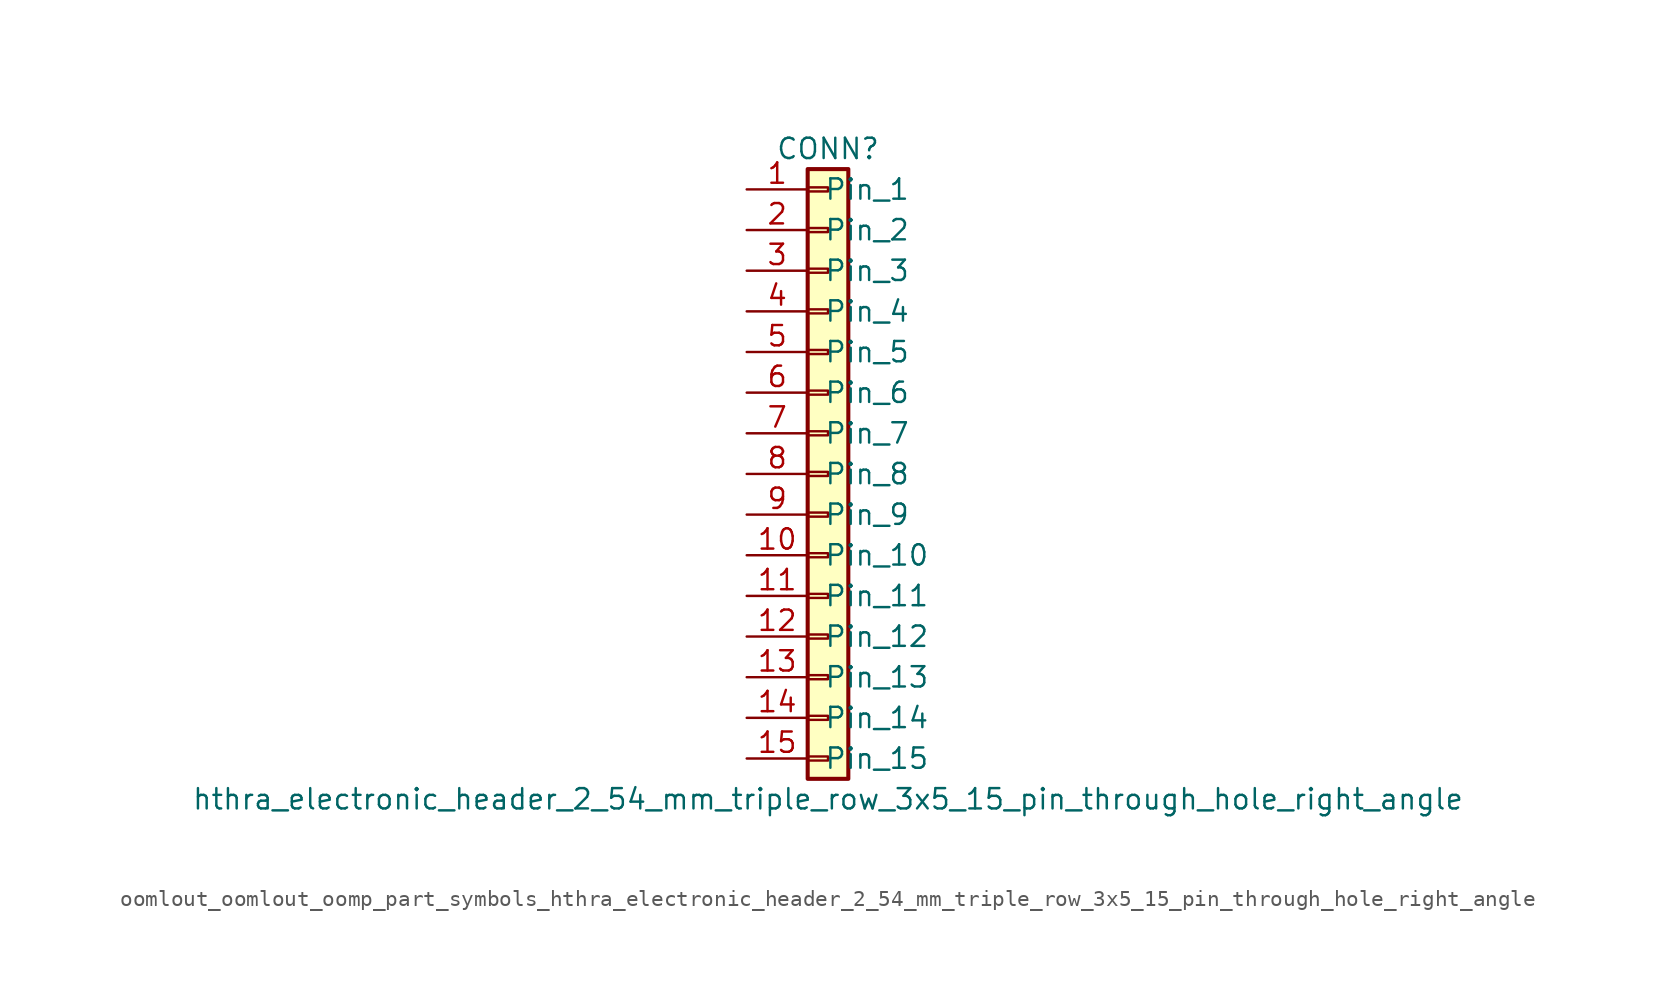
<source format=kicad_sym>
(kicad_symbol_lib
  (version 20220914)
  (generator kicad_symbol_editor)
  (symbol "oomlout_oomlout_oomp_part_symbols_hthra_electronic_header_2_54_mm_triple_row_3x5_15_pin_through_hole_right_angle"
    (pin_names
      (offset 1.016))
    (property "Reference" "CONN"
      (at 0 20.32 0)
      (effects (font (size 1.27 1.27))))
    (property "Value" "hthra_electronic_header_2_54_mm_triple_row_3x5_15_pin_through_hole_right_angle"
      (at 0 -20.32 0)
      (effects (font (size 1.27 1.27))))
    (symbol "oomlout_oomlout_oomp_part_symbols_hthra_electronic_header_2_54_mm_triple_row_3x5_15_pin_through_hole_right_angle_1_1"
      (rectangle (start -1.27 -17.653) (end 0 -17.907) (stroke (width 0.152) (type default)) (fill (type none)))
      (rectangle (start -1.27 -15.113) (end 0 -15.367) (stroke (width 0.152) (type default)) (fill (type none)))
      (rectangle (start -1.27 -12.573) (end 0 -12.827) (stroke (width 0.152) (type default)) (fill (type none)))
      (rectangle (start -1.27 -10.033) (end 0 -10.287) (stroke (width 0.152) (type default)) (fill (type none)))
      (rectangle (start -1.27 -7.493) (end 0 -7.747) (stroke (width 0.152) (type default)) (fill (type none)))
      (rectangle (start -1.27 -4.953) (end 0 -5.207) (stroke (width 0.152) (type default)) (fill (type none)))
      (rectangle (start -1.27 -2.413) (end 0 -2.667) (stroke (width 0.152) (type default)) (fill (type none)))
      (rectangle (start -1.27 0.127) (end 0 -0.127) (stroke (width 0.152) (type default)) (fill (type none)))
      (rectangle (start -1.27 2.667) (end 0 2.413) (stroke (width 0.152) (type default)) (fill (type none)))
      (rectangle (start -1.27 5.207) (end 0 4.953) (stroke (width 0.152) (type default)) (fill (type none)))
      (rectangle (start -1.27 7.747) (end 0 7.493) (stroke (width 0.152) (type default)) (fill (type none)))
      (rectangle (start -1.27 10.287) (end 0 10.033) (stroke (width 0.152) (type default)) (fill (type none)))
      (rectangle (start -1.27 12.827) (end 0 12.573) (stroke (width 0.152) (type default)) (fill (type none)))
      (rectangle (start -1.27 15.367) (end 0 15.113) (stroke (width 0.152) (type default)) (fill (type none)))
      (rectangle (start -1.27 17.907) (end 0 17.653) (stroke (width 0.152) (type default)) (fill (type none)))
      (rectangle (start -1.27 19.05) (end 1.27 -19.05) (stroke (width 0.254) (type default)) (fill (type background)))
      (pin passive line (at -5.08 17.78 0) (length 3.81) (name "Pin_1" (effects (font (size 1.27 1.27)))) (number "1" (effects (font (size 1.27 1.27)))))
      (pin passive line (at -5.08 -5.08 0) (length 3.81) (name "Pin_10" (effects (font (size 1.27 1.27)))) (number "10" (effects (font (size 1.27 1.27)))))
      (pin passive line (at -5.08 -7.62 0) (length 3.81) (name "Pin_11" (effects (font (size 1.27 1.27)))) (number "11" (effects (font (size 1.27 1.27)))))
      (pin passive line (at -5.08 -10.16 0) (length 3.81) (name "Pin_12" (effects (font (size 1.27 1.27)))) (number "12" (effects (font (size 1.27 1.27)))))
      (pin passive line (at -5.08 -12.7 0) (length 3.81) (name "Pin_13" (effects (font (size 1.27 1.27)))) (number "13" (effects (font (size 1.27 1.27)))))
      (pin passive line (at -5.08 -15.24 0) (length 3.81) (name "Pin_14" (effects (font (size 1.27 1.27)))) (number "14" (effects (font (size 1.27 1.27)))))
      (pin passive line (at -5.08 -17.78 0) (length 3.81) (name "Pin_15" (effects (font (size 1.27 1.27)))) (number "15" (effects (font (size 1.27 1.27)))))
      (pin passive line (at -5.08 15.24 0) (length 3.81) (name "Pin_2" (effects (font (size 1.27 1.27)))) (number "2" (effects (font (size 1.27 1.27)))))
      (pin passive line (at -5.08 12.7 0) (length 3.81) (name "Pin_3" (effects (font (size 1.27 1.27)))) (number "3" (effects (font (size 1.27 1.27)))))
      (pin passive line (at -5.08 10.16 0) (length 3.81) (name "Pin_4" (effects (font (size 1.27 1.27)))) (number "4" (effects (font (size 1.27 1.27)))))
      (pin passive line (at -5.08 7.62 0) (length 3.81) (name "Pin_5" (effects (font (size 1.27 1.27)))) (number "5" (effects (font (size 1.27 1.27)))))
      (pin passive line (at -5.08 5.08 0) (length 3.81) (name "Pin_6" (effects (font (size 1.27 1.27)))) (number "6" (effects (font (size 1.27 1.27)))))
      (pin passive line (at -5.08 2.54 0) (length 3.81) (name "Pin_7" (effects (font (size 1.27 1.27)))) (number "7" (effects (font (size 1.27 1.27)))))
      (pin passive line (at -5.08 0 0) (length 3.81) (name "Pin_8" (effects (font (size 1.27 1.27)))) (number "8" (effects (font (size 1.27 1.27)))))
      (pin passive line (at -5.08 -2.54 0) (length 3.81) (name "Pin_9" (effects (font (size 1.27 1.27)))) (number "9" (effects (font (size 1.27 1.27))))))))
</source>
